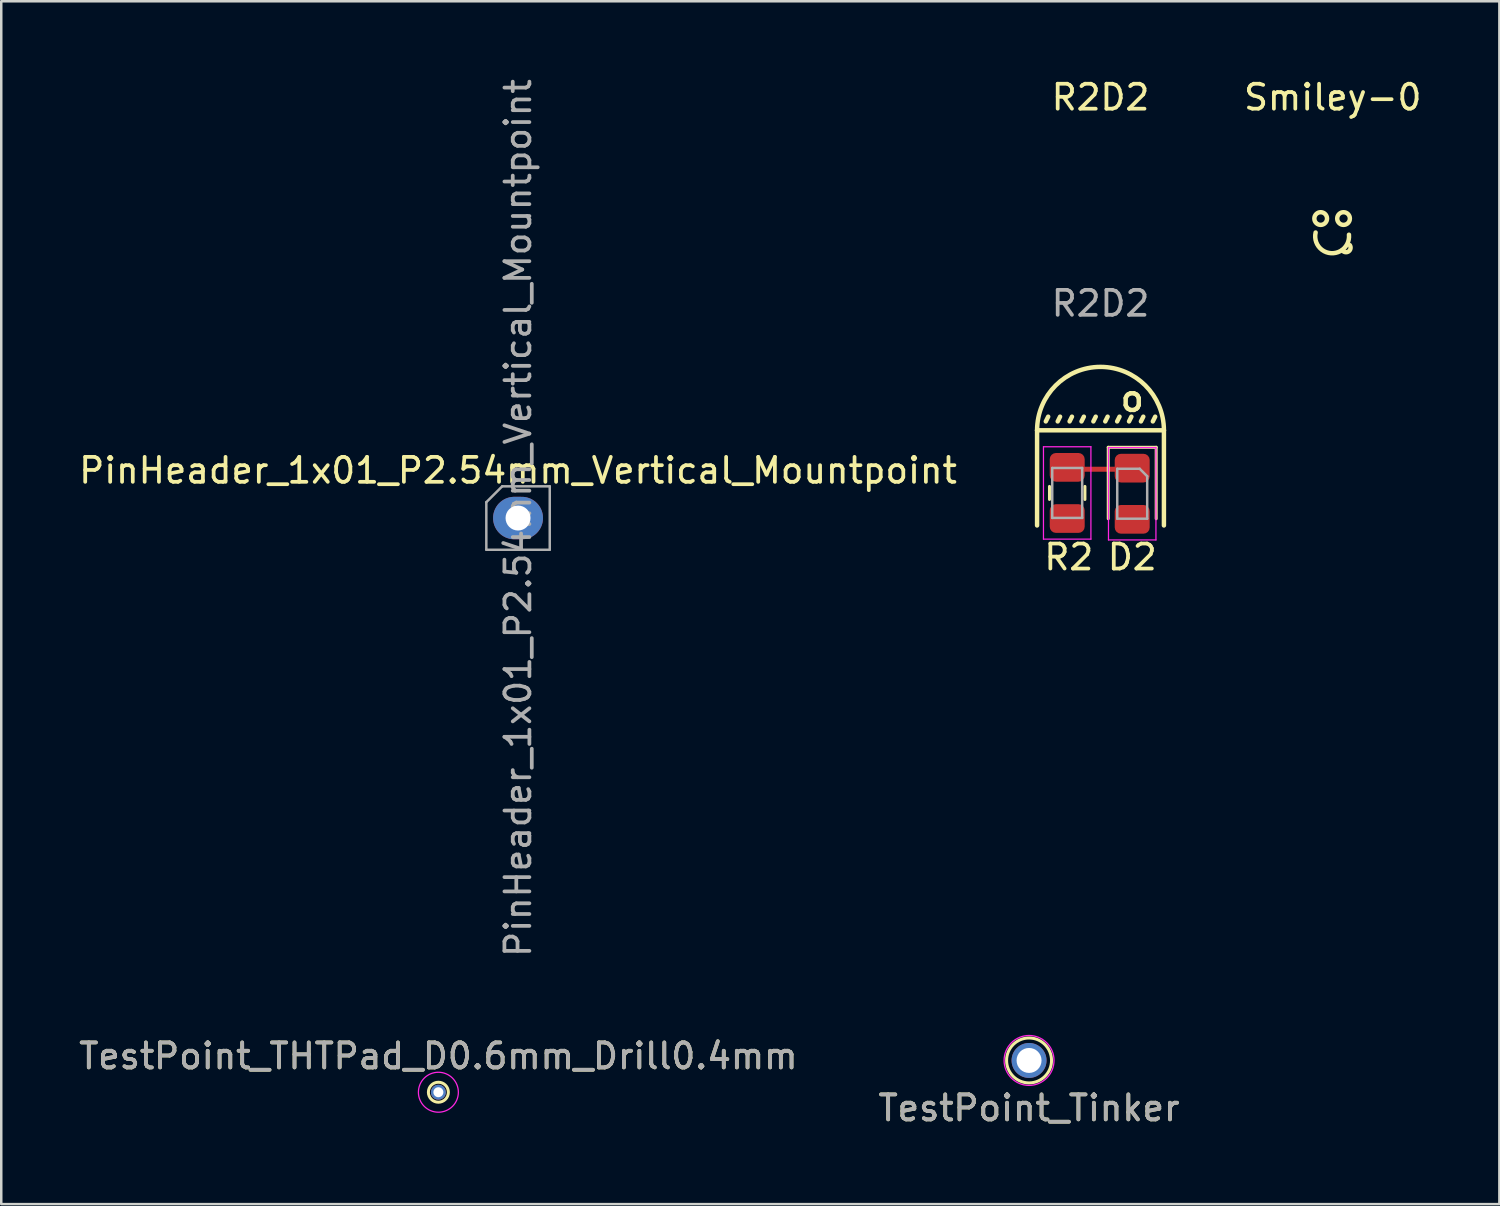
<source format=kicad_pcb>
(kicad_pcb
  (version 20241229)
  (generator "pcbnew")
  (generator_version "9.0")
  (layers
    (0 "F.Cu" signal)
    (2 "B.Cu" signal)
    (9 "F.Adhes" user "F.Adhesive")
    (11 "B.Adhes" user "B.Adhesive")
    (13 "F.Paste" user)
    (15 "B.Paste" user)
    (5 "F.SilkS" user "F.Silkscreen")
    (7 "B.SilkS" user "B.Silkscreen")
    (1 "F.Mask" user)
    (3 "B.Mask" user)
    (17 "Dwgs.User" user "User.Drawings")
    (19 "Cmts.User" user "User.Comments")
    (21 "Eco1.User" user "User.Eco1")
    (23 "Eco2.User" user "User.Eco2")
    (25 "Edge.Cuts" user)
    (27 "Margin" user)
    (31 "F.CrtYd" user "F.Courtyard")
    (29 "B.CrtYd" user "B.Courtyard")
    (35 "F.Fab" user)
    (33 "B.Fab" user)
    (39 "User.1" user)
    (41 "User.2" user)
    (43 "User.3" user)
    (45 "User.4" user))
  (footprint "PinHeader_1x01_P2.54mm_Vertical_Mountpoint"
    (layer "F.Cu")
    (at 17.696 17.696)
    (property "Reference" "PinHeader_1x01_P2.54mm_Vertical_Mountpoint" (at 0 -1.905 0) (layer "F.SilkS") (effects (font (size 1 1) (thickness 0.15))))
    (attr exclude_from_pos_files)
    (fp_line (start -1.27 -0.635) (end -0.635 -1.27) (stroke (width 0.1) (type solid)) (layer "F.Fab"))
    (fp_line (start -1.27 1.27) (end -1.27 -0.635) (stroke (width 0.1) (type solid)) (layer "F.Fab"))
    (fp_line (start -0.635 -1.27) (end 1.27 -1.27) (stroke (width 0.1) (type solid)) (layer "F.Fab"))
    (fp_line (start 1.27 -1.27) (end 1.27 1.27) (stroke (width 0.1) (type solid)) (layer "F.Fab"))
    (fp_line (start 1.27 1.27) (end -1.27 1.27) (stroke (width 0.1) (type solid)) (layer "F.Fab"))
    (fp_text user "${REFERENCE}" (at 0 0 90) (layer "F.Fab") (effects (font (size 1 1) (thickness 0.15))))
    (pad "1" thru_hole oval (at 0 0) (size 2 1.7) (drill 1) (layers "*.Cu" "*.Mask")))
  (footprint "R2D2"
    (layer "F.Cu")
    (at 41.022 14.818)
    (property "Reference" "R2D2" (at 0 -13.97 0) (unlocked yes) (layer "F.SilkS") (effects (font (size 1 1) (thickness 0.15))))
    (attr smd)
    (fp_line (start -2.54 -0.635) (end -2.54 3.175) (stroke (width 0.178) (type solid)) (layer "F.SilkS"))
    (fp_line (start -2.54 -0.635) (end 2.54 -0.635) (stroke (width 0.178) (type solid)) (layer "F.SilkS"))
    (fp_line (start -2.043 2.134) (end -2.043 1.612) (stroke (width 0.12) (type solid)) (layer "F.SilkS"))
    (fp_line (start -0.624 2.134) (end -0.624 1.612) (stroke (width 0.12) (type solid)) (layer "F.SilkS"))
    (fp_line (start 0.31 0.045) (end 0.31 2.905) (stroke (width 0.12) (type solid)) (layer "F.SilkS"))
    (fp_line (start 2.23 0.045) (end 0.31 0.045) (stroke (width 0.12) (type solid)) (layer "F.SilkS"))
    (fp_line (start 2.23 2.905) (end 2.23 0.045) (stroke (width 0.12) (type solid)) (layer "F.SilkS"))
    (fp_line (start 2.54 -0.635) (end 2.54 3.175) (stroke (width 0.178) (type solid)) (layer "F.SilkS"))
    (fp_arc (start -2.54 -0.635) (mid 0 -3.175) (end 2.54 -0.635) (stroke (width 0.1778) (type solid)) (layer "F.SilkS"))
    (fp_line (start -2.284 0.023) (end -0.384 0.023) (stroke (width 0.05) (type solid)) (layer "F.CrtYd"))
    (fp_line (start -2.284 3.723) (end -2.284 0.023) (stroke (width 0.05) (type solid)) (layer "F.CrtYd"))
    (fp_line (start -0.384 0.023) (end -0.384 3.723) (stroke (width 0.05) (type solid)) (layer "F.CrtYd"))
    (fp_line (start -0.384 3.723) (end -2.284 3.723) (stroke (width 0.05) (type solid)) (layer "F.CrtYd"))
    (fp_line (start 0.32 0.055) (end 2.22 0.055) (stroke (width 0.05) (type solid)) (layer "F.CrtYd"))
    (fp_line (start 0.32 3.755) (end 0.32 0.055) (stroke (width 0.05) (type solid)) (layer "F.CrtYd"))
    (fp_line (start 2.22 0.055) (end 2.22 3.755) (stroke (width 0.05) (type solid)) (layer "F.CrtYd"))
    (fp_line (start 2.22 3.755) (end 0.32 3.755) (stroke (width 0.05) (type solid)) (layer "F.CrtYd"))
    (fp_line (start -1.933 0.873) (end -0.734 0.873) (stroke (width 0.1) (type solid)) (layer "F.Fab"))
    (fp_line (start -1.933 2.873) (end -1.933 0.873) (stroke (width 0.1) (type solid)) (layer "F.Fab"))
    (fp_line (start -0.734 0.873) (end -0.734 2.873) (stroke (width 0.1) (type solid)) (layer "F.Fab"))
    (fp_line (start -0.734 2.873) (end -1.933 2.873) (stroke (width 0.1) (type solid)) (layer "F.Fab"))
    (fp_line (start 0.67 0.905) (end 0.67 2.905) (stroke (width 0.1) (type solid)) (layer "F.Fab"))
    (fp_line (start 0.67 2.905) (end 1.87 2.905) (stroke (width 0.1) (type solid)) (layer "F.Fab"))
    (fp_line (start 1.57 0.905) (end 0.67 0.905) (stroke (width 0.1) (type solid)) (layer "F.Fab"))
    (fp_line (start 1.87 1.205) (end 1.57 0.905) (stroke (width 0.1) (type solid)) (layer "F.Fab"))
    (fp_line (start 1.87 2.905) (end 1.87 1.205) (stroke (width 0.1) (type solid)) (layer "F.Fab"))
    (fp_text user "D2" (at 1.27 4.445 0) (unlocked yes) (layer "F.SilkS") (effects (font (size 1 1) (thickness 0.15))))
    (fp_text user "R2" (at -1.27 4.445 0) (unlocked yes) (layer "F.SilkS") (effects (font (size 1 1) (thickness 0.15))))
    (fp_text user "o" (at 1.27 -1.905 0) (layer "F.SilkS") (effects (font (size 1 1) (thickness 0.178))))
    (fp_text user "''''''''''" (at 0 -0.635 0) (layer "F.SilkS") (effects (font (size 1 1) (thickness 0.178))))
    (fp_text user "${REFERENCE}" (at 0 -5.715 0) (unlocked yes) (layer "F.Fab") (effects (font (size 1 1) (thickness 0.15))))
    (pad "1" smd roundrect (at -1.333 2.898 90) (size 1.15 1.4) (layers "F.Cu" "F.Mask" "F.Paste") (roundrect_rratio 0.217))
    (pad "2" smd roundrect (at 1.27 2.93 270) (size 1.15 1.4) (layers "F.Cu" "F.Mask" "F.Paste") (roundrect_rratio 0.217))
    (pad "3" smd roundrect (at -1.333 0.848 90) (size 1.15 1.4) (layers "F.Cu" "F.Mask" "F.Paste") (roundrect_rratio 0.217))
    (pad "3" smd roundrect (at 0 0.923 90) (size 0.2 1.6) (layers "F.Cu" "F.Mask" "F.Paste") (roundrect_rratio 0.217))
    (pad "3" smd roundrect (at 1.27 0.88 270) (size 1.15 1.4) (layers "F.Cu" "F.Mask" "F.Paste") (roundrect_rratio 0.217)))
  (footprint "TestPoint_Tinker"
    (layer "F.Cu")
    (at 38.161 39.418)
    (property "Reference" "TestPoint_Tinker" (at 0 1.905 0) (layer "F.SilkS") (effects (font (size 1 1) (thickness 0.15))))
    (attr exclude_from_pos_files exclude_from_bom)
    (fp_circle (center 0 0) (end 0.9 0) (stroke (width 0.12) (type solid)) (fill no) (layer "F.SilkS"))
    (fp_circle (center 0 0) (end 1 0) (stroke (width 0.05) (type solid)) (fill no) (layer "F.CrtYd"))
    (fp_text user "${REFERENCE}" (at 0 1.905 0) (layer "F.Fab") (effects (font (size 1 1) (thickness 0.15))))
    (pad "1" thru_hole circle (at 0 0) (size 1.4 1.4) (drill 1) (layers "*.Cu" "*.Mask")))
  (footprint "Smiley-0"
    (layer "F.Cu")
    (at 50.323 6.388)
    (property "Reference" "Smiley-0" (at 0 -5.54 0) (unlocked yes) (layer "F.SilkS") (effects (font (size 1 1) (thickness 0.15))))
    (attr smd)
    (fp_arc (start 0.649303 -0.038857) (mid -0.070046 0.701684) (end -0.685798 -0.126998) (stroke (width 0.1778) (type solid)) (layer "F.SilkS"))
    (fp_arc (start 0.6858 0.381002) (mid 0.635 0.635) (end 0.381002 0.5842) (stroke (width 0.1778) (type solid)) (layer "F.SilkS"))
    (fp_circle (center -0.483 -0.686) (end -0.686 -0.533) (stroke (width 0.178) (type solid)) (fill no) (layer "F.SilkS"))
    (fp_circle (center 0.432 -0.686) (end 0.229 -0.533) (stroke (width 0.178) (type solid)) (fill no) (layer "F.SilkS")))
  (footprint "TestPoint_THTPad_D0.6mm_Drill0.4mm"
    (layer "F.Cu")
    (at 14.506 40.691)
    (property "Reference" "TestPoint_THTPad_D0.6mm_Drill0.4mm" (at 0 -1.448 0) (layer "F.SilkS") (effects (font (size 1 1) (thickness 0.15))))
    (attr exclude_from_pos_files exclude_from_bom)
    (fp_circle (center 0 0) (end 0.4 0) (stroke (width 0.12) (type solid)) (fill no) (layer "F.SilkS"))
    (fp_circle (center 0 0) (end 0.8 0) (stroke (width 0.05) (type solid)) (fill no) (layer "F.CrtYd"))
    (fp_text user "${REFERENCE}" (at 0 -1.45 0) (layer "F.Fab") (effects (font (size 1 1) (thickness 0.15))))
    (pad "1" thru_hole circle (at 0 0) (size 0.6 0.6) (drill 0.4) (layers "*.Cu" "*.Mask")))
  (gr_rect
    (start -3 -3)
    (end 56.996 45.171)
    (stroke (width 0.1) (type default))
    (fill no)
    (layer "Edge.Cuts")))
</source>
